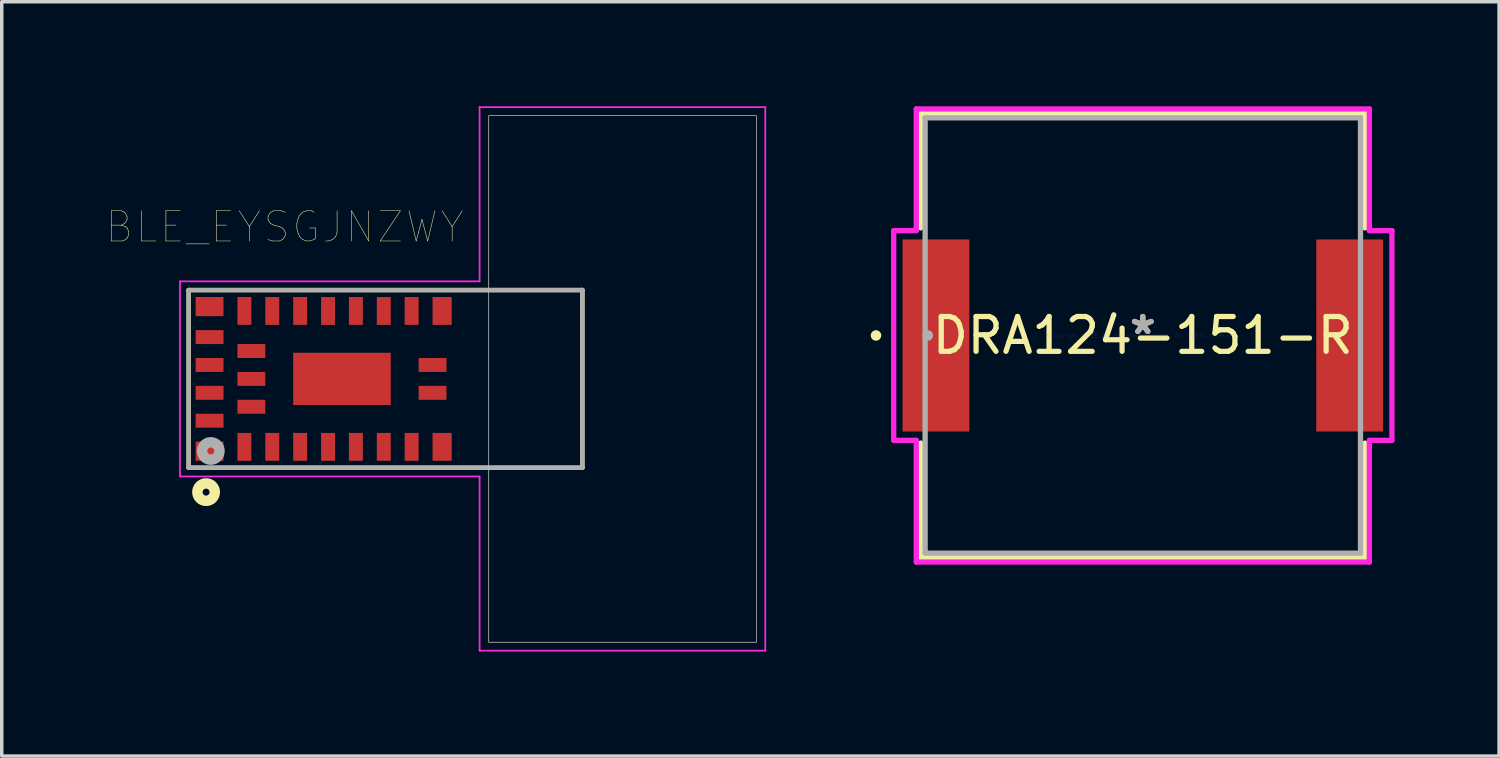
<source format=kicad_pcb>
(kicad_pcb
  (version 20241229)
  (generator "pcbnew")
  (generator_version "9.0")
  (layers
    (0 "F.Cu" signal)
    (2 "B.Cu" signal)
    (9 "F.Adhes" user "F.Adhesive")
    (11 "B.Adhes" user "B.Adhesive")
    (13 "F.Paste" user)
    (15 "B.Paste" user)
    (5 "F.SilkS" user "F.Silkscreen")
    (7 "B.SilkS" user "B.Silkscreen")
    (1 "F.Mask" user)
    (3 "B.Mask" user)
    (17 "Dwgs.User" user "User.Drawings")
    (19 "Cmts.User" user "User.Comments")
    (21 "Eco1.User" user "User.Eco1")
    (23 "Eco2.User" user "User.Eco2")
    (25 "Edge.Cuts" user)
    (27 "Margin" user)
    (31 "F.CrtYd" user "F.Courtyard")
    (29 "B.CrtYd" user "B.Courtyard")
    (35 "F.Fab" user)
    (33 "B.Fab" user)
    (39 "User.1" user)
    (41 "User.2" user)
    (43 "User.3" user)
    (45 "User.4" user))
  (footprint "BLE_EYSGJNZWY"
    (layer "F.Cu")
    (at 2.365 10.375)
    (property "Reference" "BLE_EYSGJNZWY" (at 2.753 -6.909 0) (layer "F.SilkS") (effects (font (size 0.867 0.867) (thickness 0.015))))
    (attr through_hole)
    (fp_line (start 0 -5.1) (end 11.3 -5.1) (stroke (width 0.127) (type solid)) (layer "F.SilkS"))
    (fp_line (start 0 0) (end 0 -5.1) (stroke (width 0.127) (type solid)) (layer "F.SilkS"))
    (fp_line (start 11.3 -5.1) (end 11.3 0) (stroke (width 0.127) (type solid)) (layer "F.SilkS"))
    (fp_line (start 11.3 0) (end 0 0) (stroke (width 0.127) (type solid)) (layer "F.SilkS"))
    (fp_circle (center 0.5 0.7) (end 0.6 0.7) (stroke (width 0.3) (type solid)) (fill no) (layer "F.SilkS"))
    (fp_poly (pts (xy 0.225 -4.85) (xy 0.975 -4.85) (xy 0.975 -4.403) (xy 0.225 -4.403)) (stroke (width 0.01) (type solid)) (fill yes) (layer "F.Paste"))
    (fp_poly (pts (xy 0.225 -0.7) (xy 0.975 -0.7) (xy 0.975 -0.25) (xy 0.225 -0.25)) (stroke (width 0.01) (type solid)) (fill yes) (layer "F.Paste"))
    (fp_poly (pts (xy 0.25 -1.525) (xy 0.95 -1.525) (xy 0.95 -1.175) (xy 0.25 -1.175)) (stroke (width 0.01) (type solid)) (fill yes) (layer "F.Paste"))
    (fp_poly (pts (xy 0.25 -3.925) (xy 0.95 -3.925) (xy 0.95 -3.577) (xy 0.25 -3.577)) (stroke (width 0.01) (type solid)) (fill yes) (layer "F.Paste"))
    (fp_poly (pts (xy 0.25 -3.125) (xy 0.95 -3.125) (xy 0.95 -2.778) (xy 0.25 -2.778)) (stroke (width 0.01) (type solid)) (fill yes) (layer "F.Paste"))
    (fp_poly (pts (xy 0.25 -2.325) (xy 0.95 -2.325) (xy 0.95 -1.979) (xy 0.25 -1.979)) (stroke (width 0.01) (type solid)) (fill yes) (layer "F.Paste"))
    (fp_poly (pts (xy 1.426 -4.85) (xy 1.775 -4.85) (xy 1.775 -4.152) (xy 1.426 -4.152)) (stroke (width 0.01) (type solid)) (fill yes) (layer "F.Paste"))
    (fp_poly (pts (xy 1.428 -0.95) (xy 1.775 -0.95) (xy 1.775 -0.25) (xy 1.428 -0.25)) (stroke (width 0.01) (type solid)) (fill yes) (layer "F.Paste"))
    (fp_poly (pts (xy 1.451 -2.725) (xy 2.15 -2.725) (xy 2.15 -2.377) (xy 1.451 -2.377)) (stroke (width 0.01) (type solid)) (fill yes) (layer "F.Paste"))
    (fp_poly (pts (xy 1.452 -1.925) (xy 2.15 -1.925) (xy 2.15 -1.577) (xy 1.452 -1.577)) (stroke (width 0.01) (type solid)) (fill yes) (layer "F.Paste"))
    (fp_poly (pts (xy 1.452 -3.525) (xy 2.15 -3.525) (xy 2.15 -3.179) (xy 1.452 -3.179)) (stroke (width 0.01) (type solid)) (fill yes) (layer "F.Paste"))
    (fp_poly (pts (xy 2.226 -0.95) (xy 2.575 -0.95) (xy 2.575 -0.25) (xy 2.226 -0.25)) (stroke (width 0.01) (type solid)) (fill yes) (layer "F.Paste"))
    (fp_poly (pts (xy 2.228 -4.85) (xy 2.575 -4.85) (xy 2.575 -4.155) (xy 2.228 -4.155)) (stroke (width 0.01) (type solid)) (fill yes) (layer "F.Paste"))
    (fp_poly (pts (xy 3.029 -0.95) (xy 3.375 -0.95) (xy 3.375 -0.25) (xy 3.029 -0.25)) (stroke (width 0.01) (type solid)) (fill yes) (layer "F.Paste"))
    (fp_poly (pts (xy 3.029 -4.85) (xy 3.375 -4.85) (xy 3.375 -4.156) (xy 3.029 -4.156)) (stroke (width 0.01) (type solid)) (fill yes) (layer "F.Paste"))
    (fp_poly (pts (xy 3.101 -3.15) (xy 4.2 -3.15) (xy 4.2 -1.951) (xy 3.101 -1.951)) (stroke (width 0.01) (type solid)) (fill yes) (layer "F.Paste"))
    (fp_poly (pts (xy 3.829 -0.95) (xy 4.175 -0.95) (xy 4.175 -0.25) (xy 3.829 -0.25)) (stroke (width 0.01) (type solid)) (fill yes) (layer "F.Paste"))
    (fp_poly (pts (xy 3.831 -4.85) (xy 4.175 -4.85) (xy 4.175 -4.157) (xy 3.831 -4.157)) (stroke (width 0.01) (type solid)) (fill yes) (layer "F.Paste"))
    (fp_poly (pts (xy 4.604 -3.15) (xy 5.7 -3.15) (xy 5.7 -1.952) (xy 4.604 -1.952)) (stroke (width 0.01) (type solid)) (fill yes) (layer "F.Paste"))
    (fp_poly (pts (xy 4.632 -0.95) (xy 4.975 -0.95) (xy 4.975 -0.25) (xy 4.632 -0.25)) (stroke (width 0.01) (type solid)) (fill yes) (layer "F.Paste"))
    (fp_poly (pts (xy 4.634 -4.85) (xy 4.975 -4.85) (xy 4.975 -4.158) (xy 4.634 -4.158)) (stroke (width 0.01) (type solid)) (fill yes) (layer "F.Paste"))
    (fp_poly (pts (xy 5.427 -4.85) (xy 5.775 -4.85) (xy 5.775 -4.152) (xy 5.427 -4.152)) (stroke (width 0.01) (type solid)) (fill yes) (layer "F.Paste"))
    (fp_poly (pts (xy 5.428 -0.95) (xy 5.775 -0.95) (xy 5.775 -0.25) (xy 5.428 -0.25)) (stroke (width 0.01) (type solid)) (fill yes) (layer "F.Paste"))
    (fp_poly (pts (xy 6.232 -4.85) (xy 6.575 -4.85) (xy 6.575 -4.155) (xy 6.232 -4.155)) (stroke (width 0.01) (type solid)) (fill yes) (layer "F.Paste"))
    (fp_poly (pts (xy 6.237 -0.95) (xy 6.575 -0.95) (xy 6.575 -0.25) (xy 6.237 -0.25)) (stroke (width 0.01) (type solid)) (fill yes) (layer "F.Paste"))
    (fp_poly (pts (xy 6.656 -2.325) (xy 7.35 -2.325) (xy 7.35 -1.977) (xy 6.656 -1.977)) (stroke (width 0.01) (type solid)) (fill yes) (layer "F.Paste"))
    (fp_poly (pts (xy 6.661 -3.125) (xy 7.35 -3.125) (xy 7.35 -2.78) (xy 6.661 -2.78)) (stroke (width 0.01) (type solid)) (fill yes) (layer "F.Paste"))
    (fp_poly (pts (xy 6.902 -4.725) (xy 7.65 -4.725) (xy 7.65 -4.277) (xy 6.902 -4.277)) (stroke (width 0.01) (type solid)) (fill yes) (layer "F.Paste"))
    (fp_poly (pts (xy 6.905 -0.825) (xy 7.65 -0.825) (xy 7.65 -0.375) (xy 6.905 -0.375)) (stroke (width 0.01) (type solid)) (fill yes) (layer "F.Paste"))
    (fp_poly (pts (xy 8.603 -10.1) (xy 16.3 -10.1) (xy 16.3 5.002) (xy 8.603 5.002)) (stroke (width 0.01) (type solid)) (fill no) (layer "Dwgs.User"))
    (fp_poly (pts (xy 8.613 -10.1) (xy 16.3 -10.1) (xy 16.3 5.007) (xy 8.613 5.007)) (stroke (width 0.01) (type solid)) (fill no) (layer "Dwgs.User"))
    (fp_poly (pts (xy 8.617 -10.1) (xy 16.3 -10.1) (xy 16.3 5.01) (xy 8.617 5.01)) (stroke (width 0.01) (type solid)) (fill no) (layer "Dwgs.User"))
    (fp_line (start -0.25 -5.35) (end 8.35 -5.35) (stroke (width 0.05) (type solid)) (layer "F.CrtYd"))
    (fp_line (start -0.25 0.25) (end -0.25 -5.35) (stroke (width 0.05) (type solid)) (layer "F.CrtYd"))
    (fp_line (start 8.35 -10.35) (end 16.55 -10.35) (stroke (width 0.05) (type solid)) (layer "F.CrtYd"))
    (fp_line (start 8.35 -5.35) (end 8.35 -10.35) (stroke (width 0.05) (type solid)) (layer "F.CrtYd"))
    (fp_line (start 8.35 0.25) (end -0.25 0.25) (stroke (width 0.05) (type solid)) (layer "F.CrtYd"))
    (fp_line (start 8.35 5.25) (end 8.35 0.25) (stroke (width 0.05) (type solid)) (layer "F.CrtYd"))
    (fp_line (start 16.55 -10.35) (end 16.55 5.25) (stroke (width 0.05) (type solid)) (layer "F.CrtYd"))
    (fp_line (start 16.55 5.25) (end 8.35 5.25) (stroke (width 0.05) (type solid)) (layer "F.CrtYd"))
    (fp_line (start 0 -5.1) (end 11.3 -5.1) (stroke (width 0.127) (type solid)) (layer "F.Fab"))
    (fp_line (start 0 0) (end 0 -5.1) (stroke (width 0.127) (type solid)) (layer "F.Fab"))
    (fp_line (start 11.3 -5.1) (end 11.3 0) (stroke (width 0.127) (type solid)) (layer "F.Fab"))
    (fp_line (start 11.3 0) (end 0 0) (stroke (width 0.127) (type solid)) (layer "F.Fab"))
    (fp_circle (center 0.635 -0.481) (end 0.735 -0.481) (stroke (width 0.3) (type solid)) (fill no) (layer "F.Fab"))
    (pad "1" smd rect (at 0.6 -0.475) (size 0.8 0.55) (layers "F.Cu" "F.Mask"))
    (pad "2" smd rect (at 1.6 -0.6) (size 0.4 0.8) (layers "F.Cu" "F.Mask"))
    (pad "3" smd rect (at 2.4 -0.6) (size 0.4 0.8) (layers "F.Cu" "F.Mask"))
    (pad "4" smd rect (at 3.2 -0.6) (size 0.4 0.8) (layers "F.Cu" "F.Mask"))
    (pad "5" smd rect (at 4 -0.6) (size 0.4 0.8) (layers "F.Cu" "F.Mask"))
    (pad "6" smd rect (at 4.8 -0.6) (size 0.4 0.8) (layers "F.Cu" "F.Mask"))
    (pad "7" smd rect (at 5.6 -0.6) (size 0.4 0.8) (layers "F.Cu" "F.Mask"))
    (pad "8" smd rect (at 6.4 -0.6) (size 0.4 0.8) (layers "F.Cu" "F.Mask"))
    (pad "9" smd rect (at 7.275 -0.6) (size 0.55 0.8) (layers "F.Cu" "F.Mask"))
    (pad "10" smd rect (at 7 -2.15) (size 0.8 0.4) (layers "F.Cu" "F.Mask"))
    (pad "11" smd rect (at 7 -2.95) (size 0.8 0.4) (layers "F.Cu" "F.Mask"))
    (pad "12" smd rect (at 7.275 -4.5) (size 0.55 0.8) (layers "F.Cu" "F.Mask"))
    (pad "13" smd rect (at 6.4 -4.5) (size 0.4 0.8) (layers "F.Cu" "F.Mask"))
    (pad "14" smd rect (at 5.6 -4.5) (size 0.4 0.8) (layers "F.Cu" "F.Mask"))
    (pad "15" smd rect (at 4.8 -4.5) (size 0.4 0.8) (layers "F.Cu" "F.Mask"))
    (pad "16" smd rect (at 4 -4.5) (size 0.4 0.8) (layers "F.Cu" "F.Mask"))
    (pad "17" smd rect (at 3.2 -4.5) (size 0.4 0.8) (layers "F.Cu" "F.Mask"))
    (pad "18" smd rect (at 2.4 -4.5) (size 0.4 0.8) (layers "F.Cu" "F.Mask"))
    (pad "19" smd rect (at 1.6 -4.5) (size 0.4 0.8) (layers "F.Cu" "F.Mask"))
    (pad "20" smd rect (at 0.6 -4.625) (size 0.8 0.55) (layers "F.Cu" "F.Mask"))
    (pad "21" smd rect (at 0.6 -3.75) (size 0.8 0.4) (layers "F.Cu" "F.Mask"))
    (pad "22" smd rect (at 0.6 -2.95) (size 0.8 0.4) (layers "F.Cu" "F.Mask"))
    (pad "23" smd rect (at 0.6 -2.15) (size 0.8 0.4) (layers "F.Cu" "F.Mask"))
    (pad "24" smd rect (at 0.6 -1.35) (size 0.8 0.4) (layers "F.Cu" "F.Mask"))
    (pad "25" smd rect (at 1.8 -3.35) (size 0.8 0.4) (layers "F.Cu" "F.Mask"))
    (pad "26" smd rect (at 1.8 -2.55) (size 0.8 0.4) (layers "F.Cu" "F.Mask"))
    (pad "27" smd rect (at 1.8 -1.75) (size 0.8 0.4) (layers "F.Cu" "F.Mask"))
    (pad "28" smd rect (at 4.4 -2.55) (size 2.8 1.5) (layers "F.Cu" "F.Mask")))
  (footprint "DRA124-151-R"
    (layer "F.Cu")
    (at 29.751 6.579)
    (property "Reference" "DRA124-151-R" (at 0 0 0) (layer "F.SilkS") (effects (font (size 1 1) (thickness 0.15))))
    (attr through_hole)
    (fp_line (start -6.375 -6.375) (end -6.375 -3.089) (stroke (width 0.152) (type solid)) (layer "F.SilkS"))
    (fp_line (start -6.375 3.089) (end -6.375 6.375) (stroke (width 0.152) (type solid)) (layer "F.SilkS"))
    (fp_line (start -6.375 6.375) (end 6.375 6.375) (stroke (width 0.152) (type solid)) (layer "F.SilkS"))
    (fp_line (start 6.375 -6.375) (end -6.375 -6.375) (stroke (width 0.152) (type solid)) (layer "F.SilkS"))
    (fp_line (start 6.375 -3.089) (end 6.375 -6.375) (stroke (width 0.152) (type solid)) (layer "F.SilkS"))
    (fp_line (start 6.375 6.375) (end 6.375 3.089) (stroke (width 0.152) (type solid)) (layer "F.SilkS"))
    (fp_circle (center -7.658 0) (end -7.582 0) (stroke (width 0.152) (type solid)) (fill no) (layer "F.SilkS"))
    (fp_line (start -7.15 -3.01) (end -6.502 -3.01) (stroke (width 0.152) (type solid)) (layer "F.CrtYd"))
    (fp_line (start -7.15 3.01) (end -7.15 -3.01) (stroke (width 0.152) (type solid)) (layer "F.CrtYd"))
    (fp_line (start -6.502 -6.502) (end 6.502 -6.502) (stroke (width 0.152) (type solid)) (layer "F.CrtYd"))
    (fp_line (start -6.502 -3.01) (end -6.502 -6.502) (stroke (width 0.152) (type solid)) (layer "F.CrtYd"))
    (fp_line (start -6.502 3.01) (end -7.15 3.01) (stroke (width 0.152) (type solid)) (layer "F.CrtYd"))
    (fp_line (start -6.502 6.502) (end -6.502 3.01) (stroke (width 0.152) (type solid)) (layer "F.CrtYd"))
    (fp_line (start 6.502 -6.502) (end 6.502 -3.01) (stroke (width 0.152) (type solid)) (layer "F.CrtYd"))
    (fp_line (start 6.502 -3.01) (end 7.15 -3.01) (stroke (width 0.152) (type solid)) (layer "F.CrtYd"))
    (fp_line (start 6.502 3.01) (end 6.502 6.502) (stroke (width 0.152) (type solid)) (layer "F.CrtYd"))
    (fp_line (start 6.502 6.502) (end -6.502 6.502) (stroke (width 0.152) (type solid)) (layer "F.CrtYd"))
    (fp_line (start 7.15 -3.01) (end 7.15 3.01) (stroke (width 0.152) (type solid)) (layer "F.CrtYd"))
    (fp_line (start 7.15 3.01) (end 6.502 3.01) (stroke (width 0.152) (type solid)) (layer "F.CrtYd"))
    (fp_line (start -6.248 -6.248) (end -6.248 6.248) (stroke (width 0.152) (type solid)) (layer "F.Fab"))
    (fp_line (start -6.248 6.248) (end 6.248 6.248) (stroke (width 0.152) (type solid)) (layer "F.Fab"))
    (fp_line (start 6.248 -6.248) (end -6.248 -6.248) (stroke (width 0.152) (type solid)) (layer "F.Fab"))
    (fp_line (start 6.248 6.248) (end 6.248 -6.248) (stroke (width 0.152) (type solid)) (layer "F.Fab"))
    (fp_circle (center -6.172 0) (end -6.096 0) (stroke (width 0.152) (type solid)) (fill no) (layer "F.Fab"))
    (fp_text user "*" (at 0 0 0) (layer "F.SilkS") (effects (font (size 1 1) (thickness 0.15))))
    (fp_text user "Copyright 2016 Accelerated Designs. All rights reserved." (at 0 0 0) (layer "Cmts.User") (effects (font (size 0.127 0.127) (thickness 0.002))))
    (fp_text user "*" (at 0 0 0) (layer "F.Fab") (effects (font (size 1 1) (thickness 0.15))))
    (pad "1" smd rect (at -5.937 0) (size 1.918 5.512) (layers "F.Cu" "F.Mask" "F.Paste"))
    (pad "2" smd rect (at 5.937 0) (size 1.918 5.512) (layers "F.Cu" "F.Mask" "F.Paste")))
  (gr_rect
    (start -3 -3)
    (end 39.977 18.65)
    (stroke (width 0.1) (type default))
    (fill no)
    (layer "Edge.Cuts")))
</source>
